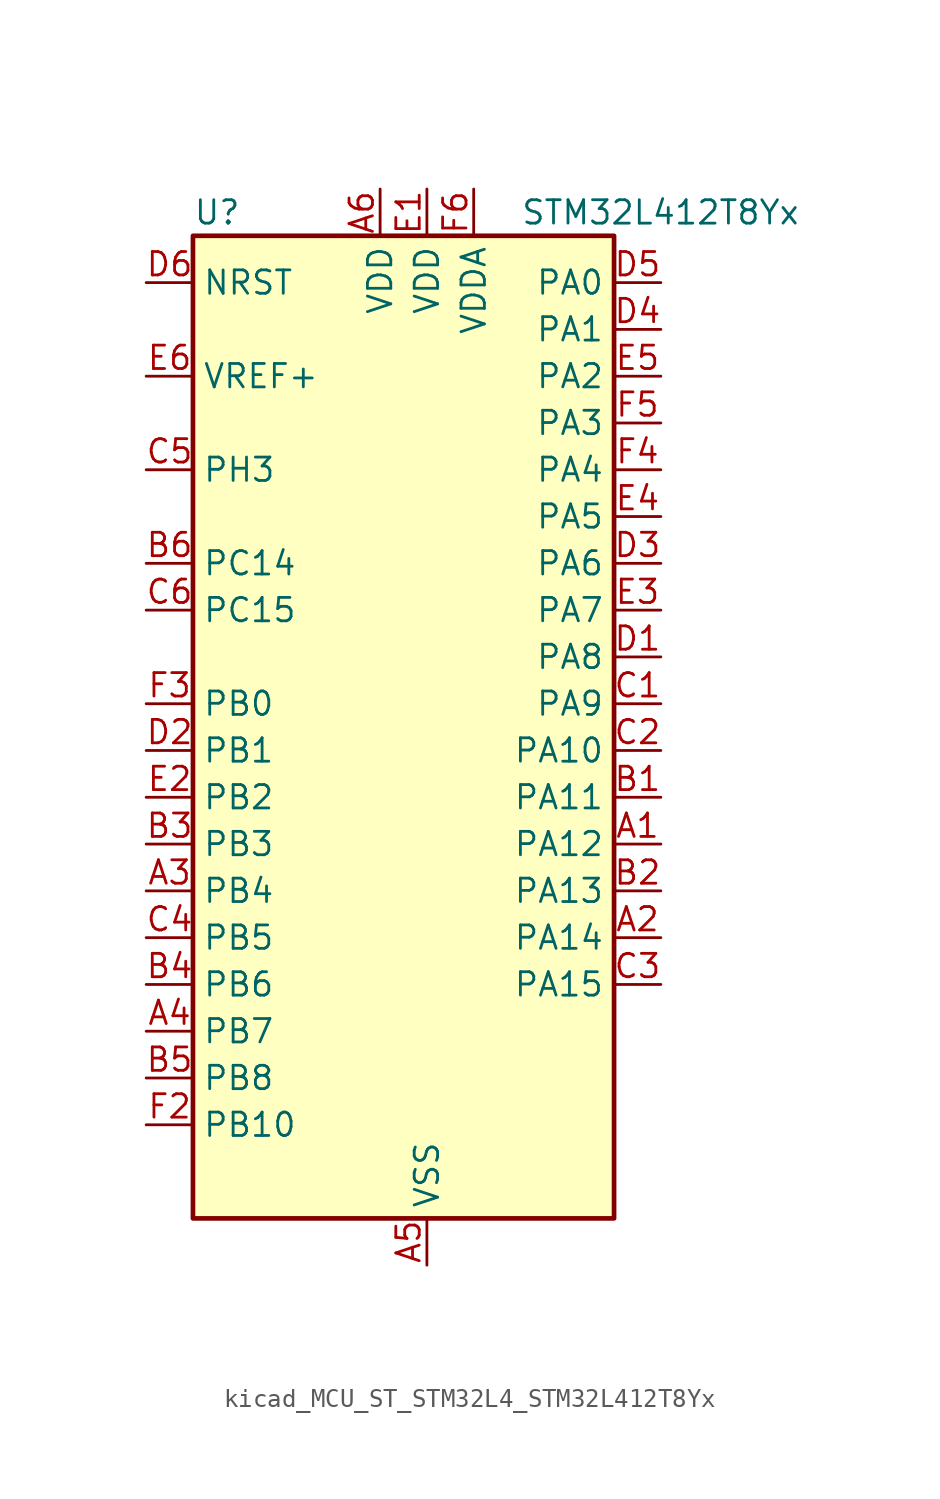
<source format=kicad_sym>
(kicad_symbol_lib
  (version 20220914)
  (generator kicad_symbol_editor)
  (symbol "kicad_MCU_ST_STM32L4_STM32L412T8Yx"
    (property "Reference" "U"
      (at -10.16 29.21 0)
      (effects (font (size 1.27 1.27)) (justify left)))
    (property "Value" "STM32L412T8Yx"
      (at 7.62 29.21 0)
      (effects (font (size 1.27 1.27)) (justify left)))
    (property "ki_locked" ""
      (at 0 0 0)
      (effects (font (size 1.27 1.27))))
    (symbol "kicad_MCU_ST_STM32L4_STM32L412T8Yx_0_1"
      (rectangle (start -10.16 -25.4) (end 12.7 27.94) (stroke (width 0.254) (type default)) (fill (type background))))
    (symbol "kicad_MCU_ST_STM32L4_STM32L412T8Yx_1_1"
      (pin bidirectional line (at 15.24 -5.08 180) (length 2.54) (name "PA12" (effects (font (size 1.27 1.27)))) (number "A1" (effects (font (size 1.27 1.27)))) (alternate "SPI1_MOSI" bidirectional line) (alternate "TIM1_ETR" bidirectional line) (alternate "USART1_DE" bidirectional line) (alternate "USART1_RTS" bidirectional line) (alternate "USB_DP" bidirectional line))
      (pin bidirectional line (at 15.24 -10.16 180) (length 2.54) (name "PA14" (effects (font (size 1.27 1.27)))) (number "A2" (effects (font (size 1.27 1.27)))) (alternate "I2C1_SMBA" bidirectional line) (alternate "LPTIM1_OUT" bidirectional line) (alternate "SYS_JTCK-SWCLK" bidirectional line))
      (pin bidirectional line (at -12.7 -7.62 0) (length 2.54) (name "PB4" (effects (font (size 1.27 1.27)))) (number "A3" (effects (font (size 1.27 1.27)))) (alternate "I2C3_SDA" bidirectional line) (alternate "SPI1_MISO" bidirectional line) (alternate "SYS_JTRST" bidirectional line) (alternate "TSC_G2_IO1" bidirectional line) (alternate "USART1_CTS" bidirectional line))
      (pin bidirectional line (at -12.7 -15.24 0) (length 2.54) (name "PB7" (effects (font (size 1.27 1.27)))) (number "A4" (effects (font (size 1.27 1.27)))) (alternate "I2C1_SDA" bidirectional line) (alternate "LPTIM1_IN2" bidirectional line) (alternate "SYS_PVD_IN" bidirectional line) (alternate "SYS_TRACECLK" bidirectional line) (alternate "TSC_G2_IO4" bidirectional line) (alternate "USART1_RX" bidirectional line))
      (pin power_in line (at 2.54 -27.94 90) (length 2.54) (name "VSS" (effects (font (size 1.27 1.27)))) (number "A5" (effects (font (size 1.27 1.27)))))
      (pin power_in line (at 0 30.48 270) (length 2.54) (name "VDD" (effects (font (size 1.27 1.27)))) (number "A6" (effects (font (size 1.27 1.27)))))
      (pin bidirectional line (at 15.24 -2.54 180) (length 2.54) (name "PA11" (effects (font (size 1.27 1.27)))) (number "B1" (effects (font (size 1.27 1.27)))) (alternate "ADC1_EXTI11" bidirectional line) (alternate "ADC2_EXTI11" bidirectional line) (alternate "COMP1_OUT" bidirectional line) (alternate "SPI1_MISO" bidirectional line) (alternate "TIM1_BKIN2" bidirectional line) (alternate "TIM1_BKIN2_COMP1" bidirectional line) (alternate "TIM1_CH4" bidirectional line) (alternate "USART1_CTS" bidirectional line) (alternate "USB_DM" bidirectional line))
      (pin bidirectional line (at 15.24 -7.62 180) (length 2.54) (name "PA13" (effects (font (size 1.27 1.27)))) (number "B2" (effects (font (size 1.27 1.27)))) (alternate "IR_OUT" bidirectional line) (alternate "SYS_JTMS-SWDIO" bidirectional line) (alternate "USB_NOE" bidirectional line))
      (pin bidirectional line (at -12.7 -5.08 0) (length 2.54) (name "PB3" (effects (font (size 1.27 1.27)))) (number "B3" (effects (font (size 1.27 1.27)))) (alternate "SPI1_SCK" bidirectional line) (alternate "SYS_JTDO-SWO" bidirectional line) (alternate "TIM2_CH2" bidirectional line) (alternate "USART1_DE" bidirectional line) (alternate "USART1_RTS" bidirectional line))
      (pin bidirectional line (at -12.7 -12.7 0) (length 2.54) (name "PB6" (effects (font (size 1.27 1.27)))) (number "B4" (effects (font (size 1.27 1.27)))) (alternate "I2C1_SCL" bidirectional line) (alternate "LPTIM1_ETR" bidirectional line) (alternate "SYS_TRACED3" bidirectional line) (alternate "TIM16_CH1N" bidirectional line) (alternate "TSC_G2_IO3" bidirectional line) (alternate "USART1_TX" bidirectional line))
      (pin bidirectional line (at -12.7 -17.78 0) (length 2.54) (name "PB8" (effects (font (size 1.27 1.27)))) (number "B5" (effects (font (size 1.27 1.27)))) (alternate "I2C1_SCL" bidirectional line) (alternate "TIM16_CH1" bidirectional line))
      (pin bidirectional line (at -12.7 10.16 0) (length 2.54) (name "PC14" (effects (font (size 1.27 1.27)))) (number "B6" (effects (font (size 1.27 1.27)))) (alternate "RCC_OSC32_IN" bidirectional line))
      (pin bidirectional line (at 15.24 2.54 180) (length 2.54) (name "PA9" (effects (font (size 1.27 1.27)))) (number "C1" (effects (font (size 1.27 1.27)))) (alternate "I2C1_SCL" bidirectional line) (alternate "TIM15_BKIN" bidirectional line) (alternate "TIM1_CH2" bidirectional line) (alternate "USART1_TX" bidirectional line))
      (pin bidirectional line (at 15.24 0 180) (length 2.54) (name "PA10" (effects (font (size 1.27 1.27)))) (number "C2" (effects (font (size 1.27 1.27)))) (alternate "CRS_SYNC" bidirectional line) (alternate "I2C1_SDA" bidirectional line) (alternate "TIM1_CH3" bidirectional line) (alternate "USART1_RX" bidirectional line))
      (pin bidirectional line (at 15.24 -12.7 180) (length 2.54) (name "PA15" (effects (font (size 1.27 1.27)))) (number "C3" (effects (font (size 1.27 1.27)))) (alternate "ADC1_EXTI15" bidirectional line) (alternate "ADC2_EXTI15" bidirectional line) (alternate "SPI1_NSS" bidirectional line) (alternate "SYS_JTDI" bidirectional line) (alternate "TIM2_CH1" bidirectional line) (alternate "TIM2_ETR" bidirectional line) (alternate "TSC_G3_IO1" bidirectional line) (alternate "USART2_RX" bidirectional line))
      (pin bidirectional line (at -12.7 -10.16 0) (length 2.54) (name "PB5" (effects (font (size 1.27 1.27)))) (number "C4" (effects (font (size 1.27 1.27)))) (alternate "I2C1_SMBA" bidirectional line) (alternate "LPTIM1_IN1" bidirectional line) (alternate "SPI1_MOSI" bidirectional line) (alternate "SYS_TRACED2" bidirectional line) (alternate "TIM16_BKIN" bidirectional line) (alternate "TSC_G2_IO2" bidirectional line) (alternate "USART1_CK" bidirectional line))
      (pin bidirectional line (at -12.7 15.24 0) (length 2.54) (name "PH3" (effects (font (size 1.27 1.27)))) (number "C5" (effects (font (size 1.27 1.27)))))
      (pin bidirectional line (at -12.7 7.62 0) (length 2.54) (name "PC15" (effects (font (size 1.27 1.27)))) (number "C6" (effects (font (size 1.27 1.27)))) (alternate "ADC1_EXTI15" bidirectional line) (alternate "ADC2_EXTI15" bidirectional line) (alternate "RCC_OSC32_OUT" bidirectional line))
      (pin bidirectional line (at 15.24 5.08 180) (length 2.54) (name "PA8" (effects (font (size 1.27 1.27)))) (number "D1" (effects (font (size 1.27 1.27)))) (alternate "LPTIM2_OUT" bidirectional line) (alternate "RCC_MCO" bidirectional line) (alternate "TIM1_CH1" bidirectional line) (alternate "USART1_CK" bidirectional line))
      (pin bidirectional line (at -12.7 0 0) (length 2.54) (name "PB1" (effects (font (size 1.27 1.27)))) (number "D2" (effects (font (size 1.27 1.27)))) (alternate "ADC1_IN16" bidirectional line) (alternate "ADC2_IN16" bidirectional line) (alternate "COMP1_INM" bidirectional line) (alternate "LPTIM2_IN1" bidirectional line) (alternate "LPUART1_DE" bidirectional line) (alternate "LPUART1_RTS" bidirectional line) (alternate "QUADSPI_BK1_IO0" bidirectional line) (alternate "SYS_TRACED1" bidirectional line) (alternate "TIM1_CH3N" bidirectional line))
      (pin bidirectional line (at 15.24 10.16 180) (length 2.54) (name "PA6" (effects (font (size 1.27 1.27)))) (number "D3" (effects (font (size 1.27 1.27)))) (alternate "ADC1_IN11" bidirectional line) (alternate "ADC2_IN11" bidirectional line) (alternate "COMP1_OUT" bidirectional line) (alternate "LPUART1_CTS" bidirectional line) (alternate "QUADSPI_BK1_IO3" bidirectional line) (alternate "SPI1_MISO" bidirectional line) (alternate "TIM16_CH1" bidirectional line) (alternate "TIM1_BKIN" bidirectional line))
      (pin bidirectional line (at 15.24 22.86 180) (length 2.54) (name "PA1" (effects (font (size 1.27 1.27)))) (number "D4" (effects (font (size 1.27 1.27)))) (alternate "ADC1_IN6" bidirectional line) (alternate "COMP1_INP" bidirectional line) (alternate "I2C1_SMBA" bidirectional line) (alternate "OPAMP1_VINM" bidirectional line) (alternate "SPI1_SCK" bidirectional line) (alternate "TIM15_CH1N" bidirectional line) (alternate "TIM2_CH2" bidirectional line) (alternate "USART2_DE" bidirectional line) (alternate "USART2_RTS" bidirectional line))
      (pin bidirectional line (at 15.24 25.4 180) (length 2.54) (name "PA0" (effects (font (size 1.27 1.27)))) (number "D5" (effects (font (size 1.27 1.27)))) (alternate "ADC1_IN5" bidirectional line) (alternate "COMP1_INM" bidirectional line) (alternate "COMP1_OUT" bidirectional line) (alternate "OPAMP1_VINP" bidirectional line) (alternate "RCC_CK_IN" bidirectional line) (alternate "RTC_TAMP2" bidirectional line) (alternate "SYS_WKUP1" bidirectional line) (alternate "TIM2_CH1" bidirectional line) (alternate "TIM2_ETR" bidirectional line) (alternate "USART2_CTS" bidirectional line))
      (pin input line (at -12.7 25.4 0) (length 2.54) (name "NRST" (effects (font (size 1.27 1.27)))) (number "D6" (effects (font (size 1.27 1.27)))))
      (pin power_in line (at 2.54 30.48 270) (length 2.54) (name "VDD" (effects (font (size 1.27 1.27)))) (number "E1" (effects (font (size 1.27 1.27)))))
      (pin bidirectional line (at -12.7 -2.54 0) (length 2.54) (name "PB2" (effects (font (size 1.27 1.27)))) (number "E2" (effects (font (size 1.27 1.27)))) (alternate "COMP1_INP" bidirectional line) (alternate "I2C3_SMBA" bidirectional line) (alternate "LPTIM1_OUT" bidirectional line) (alternate "RTC_OUT_ALARM" bidirectional line) (alternate "RTC_OUT_CALIB" bidirectional line))
      (pin bidirectional line (at 15.24 7.62 180) (length 2.54) (name "PA7" (effects (font (size 1.27 1.27)))) (number "E3" (effects (font (size 1.27 1.27)))) (alternate "ADC1_IN12" bidirectional line) (alternate "ADC2_IN12" bidirectional line) (alternate "I2C3_SCL" bidirectional line) (alternate "QUADSPI_BK1_IO2" bidirectional line) (alternate "SPI1_MOSI" bidirectional line) (alternate "TIM1_CH1N" bidirectional line))
      (pin bidirectional line (at 15.24 12.7 180) (length 2.54) (name "PA5" (effects (font (size 1.27 1.27)))) (number "E4" (effects (font (size 1.27 1.27)))) (alternate "ADC1_IN10" bidirectional line) (alternate "ADC2_IN10" bidirectional line) (alternate "COMP1_INM" bidirectional line) (alternate "LPTIM2_ETR" bidirectional line) (alternate "SPI1_SCK" bidirectional line) (alternate "TIM2_CH1" bidirectional line) (alternate "TIM2_ETR" bidirectional line))
      (pin bidirectional line (at 15.24 20.32 180) (length 2.54) (name "PA2" (effects (font (size 1.27 1.27)))) (number "E5" (effects (font (size 1.27 1.27)))) (alternate "ADC1_IN7" bidirectional line) (alternate "ADC2_IN7" bidirectional line) (alternate "LPUART1_TX" bidirectional line) (alternate "QUADSPI_BK1_NCS" bidirectional line) (alternate "RCC_LSCO" bidirectional line) (alternate "SYS_WKUP4" bidirectional line) (alternate "TIM15_CH1" bidirectional line) (alternate "TIM2_CH3" bidirectional line) (alternate "USART2_TX" bidirectional line))
      (pin input line (at -12.7 20.32 0) (length 2.54) (name "VREF+" (effects (font (size 1.27 1.27)))) (number "E6" (effects (font (size 1.27 1.27)))))
      (pin passive line (at 2.54 -27.94 90) (length 2.54) hide (name "VSS" (effects (font (size 1.27 1.27)))) (number "F1" (effects (font (size 1.27 1.27)))))
      (pin bidirectional line (at -12.7 -20.32 0) (length 2.54) (name "PB10" (effects (font (size 1.27 1.27)))) (number "F2" (effects (font (size 1.27 1.27)))) (alternate "COMP1_OUT" bidirectional line) (alternate "LPUART1_RX" bidirectional line) (alternate "QUADSPI_CLK" bidirectional line) (alternate "TIM2_CH3" bidirectional line) (alternate "TSC_SYNC" bidirectional line))
      (pin bidirectional line (at -12.7 2.54 0) (length 2.54) (name "PB0" (effects (font (size 1.27 1.27)))) (number "F3" (effects (font (size 1.27 1.27)))) (alternate "ADC1_IN15" bidirectional line) (alternate "ADC2_IN15" bidirectional line) (alternate "COMP1_OUT" bidirectional line) (alternate "QUADSPI_BK1_IO1" bidirectional line) (alternate "SPI1_NSS" bidirectional line) (alternate "SYS_TRACED0" bidirectional line) (alternate "TIM1_CH2N" bidirectional line))
      (pin bidirectional line (at 15.24 15.24 180) (length 2.54) (name "PA4" (effects (font (size 1.27 1.27)))) (number "F4" (effects (font (size 1.27 1.27)))) (alternate "ADC1_IN9" bidirectional line) (alternate "ADC2_IN9" bidirectional line) (alternate "COMP1_INM" bidirectional line) (alternate "LPTIM2_OUT" bidirectional line) (alternate "SPI1_NSS" bidirectional line) (alternate "USART2_CK" bidirectional line))
      (pin bidirectional line (at 15.24 17.78 180) (length 2.54) (name "PA3" (effects (font (size 1.27 1.27)))) (number "F5" (effects (font (size 1.27 1.27)))) (alternate "ADC1_IN8" bidirectional line) (alternate "ADC2_IN8" bidirectional line) (alternate "LPUART1_RX" bidirectional line) (alternate "OPAMP1_VOUT" bidirectional line) (alternate "QUADSPI_CLK" bidirectional line) (alternate "TIM15_CH2" bidirectional line) (alternate "TIM2_CH4" bidirectional line) (alternate "USART2_RX" bidirectional line))
      (pin power_in line (at 5.08 30.48 270) (length 2.54) (name "VDDA" (effects (font (size 1.27 1.27)))) (number "F6" (effects (font (size 1.27 1.27))))))))
</source>
